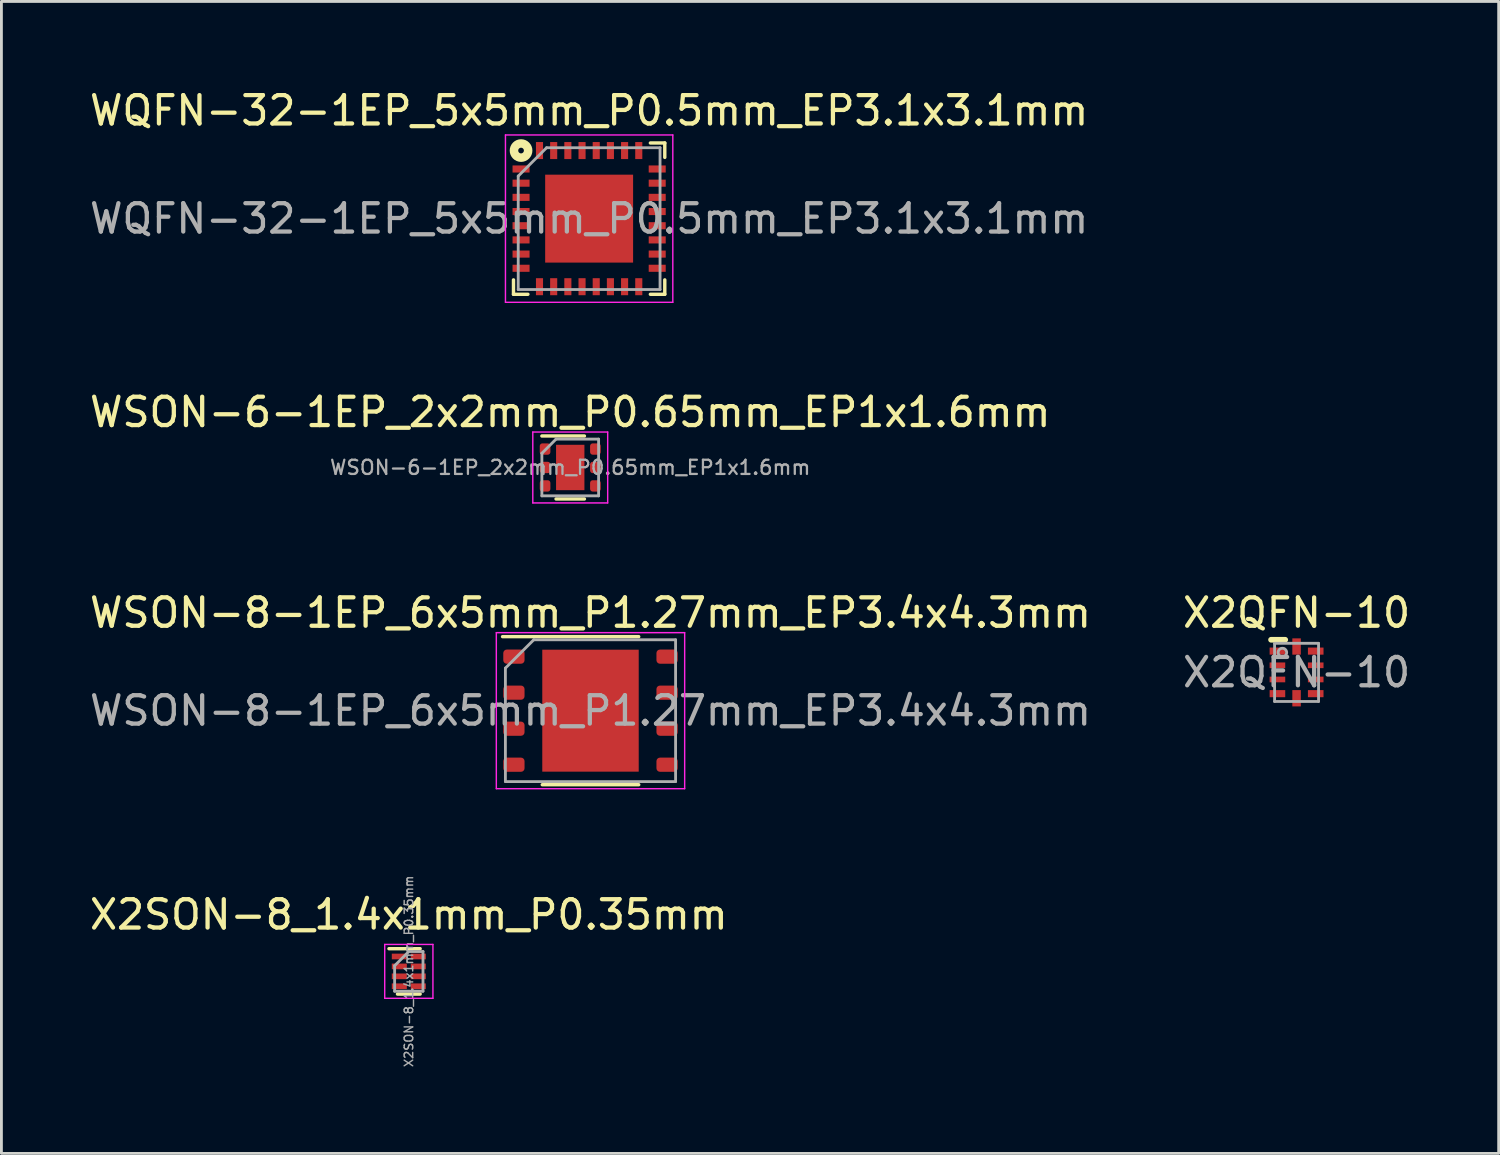
<source format=kicad_pcb>
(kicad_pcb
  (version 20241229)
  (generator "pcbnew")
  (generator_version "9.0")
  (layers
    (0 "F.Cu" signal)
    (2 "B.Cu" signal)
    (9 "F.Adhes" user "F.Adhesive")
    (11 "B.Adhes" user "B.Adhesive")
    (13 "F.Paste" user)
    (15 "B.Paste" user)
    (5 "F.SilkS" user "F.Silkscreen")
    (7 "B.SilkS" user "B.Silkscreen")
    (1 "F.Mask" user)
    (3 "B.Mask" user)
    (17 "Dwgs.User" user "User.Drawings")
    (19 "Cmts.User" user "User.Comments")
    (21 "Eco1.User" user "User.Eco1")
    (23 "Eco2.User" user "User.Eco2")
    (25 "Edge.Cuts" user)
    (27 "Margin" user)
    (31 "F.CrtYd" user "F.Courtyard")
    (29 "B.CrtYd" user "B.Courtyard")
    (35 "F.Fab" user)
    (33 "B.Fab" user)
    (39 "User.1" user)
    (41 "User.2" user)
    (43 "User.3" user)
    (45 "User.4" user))
  (footprint "WQFN-32-1EP_5x5mm_P0.5mm_EP3.1x3.1mm"
    (layer "F.Cu")
    (at 17.72 4.658)
    (property "Reference" "WQFN-32-1EP_5x5mm_P0.5mm_EP3.1x3.1mm" (at 0 -3.81 0) (layer "F.SilkS") (effects (font (size 1 1) (thickness 0.15))))
    (attr smd)
    (fp_line (start -2.667 2.667) (end -2.667 2.159) (stroke (width 0.12) (type solid)) (layer "F.SilkS"))
    (fp_line (start -2.159 2.667) (end -2.667 2.667) (stroke (width 0.12) (type solid)) (layer "F.SilkS"))
    (fp_line (start 2.159 -2.667) (end 2.667 -2.667) (stroke (width 0.12) (type solid)) (layer "F.SilkS"))
    (fp_line (start 2.667 -2.667) (end 2.667 -2.159) (stroke (width 0.12) (type solid)) (layer "F.SilkS"))
    (fp_line (start 2.667 2.159) (end 2.667 2.667) (stroke (width 0.12) (type solid)) (layer "F.SilkS"))
    (fp_line (start 2.667 2.667) (end 2.159 2.667) (stroke (width 0.12) (type solid)) (layer "F.SilkS"))
    (fp_circle (center -2.4 -2.4) (end -2.3 -2.4) (stroke (width 0.3) (type default)) (fill no) (layer "F.SilkS"))
    (fp_line (start -2.95 -2.95) (end 2.95 -2.95) (stroke (width 0.05) (type solid)) (layer "F.CrtYd"))
    (fp_line (start -2.95 2.95) (end -2.95 -2.95) (stroke (width 0.05) (type solid)) (layer "F.CrtYd"))
    (fp_line (start 2.95 -2.95) (end 2.95 2.95) (stroke (width 0.05) (type solid)) (layer "F.CrtYd"))
    (fp_line (start 2.95 2.95) (end -2.95 2.95) (stroke (width 0.05) (type solid)) (layer "F.CrtYd"))
    (fp_line (start -2.5 -1.5) (end -2.5 2.5) (stroke (width 0.1) (type solid)) (layer "F.Fab"))
    (fp_line (start -1.5 -2.5) (end -2.5 -1.5) (stroke (width 0.1) (type solid)) (layer "F.Fab"))
    (fp_line (start 2.5 -2.5) (end -1.5 -2.5) (stroke (width 0.1) (type solid)) (layer "F.Fab"))
    (fp_line (start 2.5 -2.5) (end 2.5 2.5) (stroke (width 0.1) (type solid)) (layer "F.Fab"))
    (fp_line (start 2.5 2.5) (end -2.5 2.5) (stroke (width 0.1) (type solid)) (layer "F.Fab"))
    (fp_text user "${REFERENCE}" (at 0 0 0) (layer "F.Fab") (effects (font (size 1 1) (thickness 0.15))))
    (pad "" smd rect (at -0.775 -0.775) (size 1.23 1.23) (layers "F.Paste"))
    (pad "" smd rect (at -0.775 0.775) (size 1.23 1.23) (layers "F.Paste"))
    (pad "" smd rect (at 0.775 -0.775) (size 1.23 1.23) (layers "F.Paste"))
    (pad "" smd rect (at 0.775 0.775) (size 1.23 1.23) (layers "F.Paste"))
    (pad "1" smd rect (at -2.4 -1.75 90) (size 0.25 0.6) (layers "F.Cu" "F.Mask" "F.Paste"))
    (pad "2" smd rect (at -2.4 -1.25 90) (size 0.25 0.6) (layers "F.Cu" "F.Mask" "F.Paste"))
    (pad "3" smd rect (at -2.4 -0.75 90) (size 0.25 0.6) (layers "F.Cu" "F.Mask" "F.Paste"))
    (pad "4" smd rect (at -2.4 -0.25 90) (size 0.25 0.6) (layers "F.Cu" "F.Mask" "F.Paste"))
    (pad "5" smd rect (at -2.4 0.25 90) (size 0.25 0.6) (layers "F.Cu" "F.Mask" "F.Paste"))
    (pad "6" smd rect (at -2.4 0.75 90) (size 0.25 0.6) (layers "F.Cu" "F.Mask" "F.Paste"))
    (pad "7" smd rect (at -2.4 1.25 90) (size 0.25 0.6) (layers "F.Cu" "F.Mask" "F.Paste"))
    (pad "8" smd rect (at -2.4 1.75 90) (size 0.25 0.6) (layers "F.Cu" "F.Mask" "F.Paste"))
    (pad "9" smd rect (at -1.75 2.4) (size 0.25 0.6) (layers "F.Cu" "F.Mask" "F.Paste"))
    (pad "10" smd rect (at -1.25 2.4) (size 0.25 0.6) (layers "F.Cu" "F.Mask" "F.Paste"))
    (pad "11" smd rect (at -0.75 2.4) (size 0.25 0.6) (layers "F.Cu" "F.Mask" "F.Paste"))
    (pad "12" smd rect (at -0.25 2.4) (size 0.25 0.6) (layers "F.Cu" "F.Mask" "F.Paste"))
    (pad "13" smd rect (at 0.25 2.4) (size 0.25 0.6) (layers "F.Cu" "F.Mask" "F.Paste"))
    (pad "14" smd rect (at 0.75 2.4) (size 0.25 0.6) (layers "F.Cu" "F.Mask" "F.Paste"))
    (pad "15" smd rect (at 1.25 2.4) (size 0.25 0.6) (layers "F.Cu" "F.Mask" "F.Paste"))
    (pad "16" smd rect (at 1.75 2.4) (size 0.25 0.6) (layers "F.Cu" "F.Mask" "F.Paste"))
    (pad "17" smd rect (at 2.4 1.75 90) (size 0.25 0.6) (layers "F.Cu" "F.Mask" "F.Paste"))
    (pad "18" smd rect (at 2.4 1.25 90) (size 0.25 0.6) (layers "F.Cu" "F.Mask" "F.Paste"))
    (pad "19" smd rect (at 2.4 0.75 90) (size 0.25 0.6) (layers "F.Cu" "F.Mask" "F.Paste"))
    (pad "20" smd rect (at 2.4 0.25 90) (size 0.25 0.6) (layers "F.Cu" "F.Mask" "F.Paste"))
    (pad "21" smd rect (at 2.4 -0.25 90) (size 0.25 0.6) (layers "F.Cu" "F.Mask" "F.Paste"))
    (pad "22" smd rect (at 2.4 -0.75 90) (size 0.25 0.6) (layers "F.Cu" "F.Mask" "F.Paste"))
    (pad "23" smd rect (at 2.4 -1.25 90) (size 0.25 0.6) (layers "F.Cu" "F.Mask" "F.Paste"))
    (pad "24" smd rect (at 2.4 -1.75 90) (size 0.25 0.6) (layers "F.Cu" "F.Mask" "F.Paste"))
    (pad "25" smd rect (at 1.75 -2.4) (size 0.25 0.6) (layers "F.Cu" "F.Mask" "F.Paste"))
    (pad "26" smd rect (at 1.25 -2.4) (size 0.25 0.6) (layers "F.Cu" "F.Mask" "F.Paste"))
    (pad "27" smd rect (at 0.75 -2.4) (size 0.25 0.6) (layers "F.Cu" "F.Mask" "F.Paste"))
    (pad "28" smd rect (at 0.25 -2.4) (size 0.25 0.6) (layers "F.Cu" "F.Mask" "F.Paste"))
    (pad "29" smd rect (at -0.25 -2.4) (size 0.25 0.6) (layers "F.Cu" "F.Mask" "F.Paste"))
    (pad "30" smd rect (at -0.75 -2.4) (size 0.25 0.6) (layers "F.Cu" "F.Mask" "F.Paste"))
    (pad "31" smd rect (at -1.25 -2.4) (size 0.25 0.6) (layers "F.Cu" "F.Mask" "F.Paste"))
    (pad "32" smd rect (at -1.75 -2.4) (size 0.25 0.6) (layers "F.Cu" "F.Mask" "F.Paste"))
    (pad "33" smd rect (at 0 0) (size 3.1 3.1) (layers "F.Cu" "F.Mask")))
  (footprint "X2SON-8_1.4x1mm_P0.35mm"
    (layer "F.Cu")
    (at 11.363 31.196)
    (property "Reference" "X2SON-8_1.4x1mm_P0.35mm" (at 0 -2 0) (layer "F.SilkS") (effects (font (size 1 1) (thickness 0.15))))
    (attr smd)
    (fp_line (start 0.4 -0.8) (end -0.7 -0.8) (stroke (width 0.12) (type solid)) (layer "F.SilkS"))
    (fp_line (start 0.4 0.8) (end -0.4 0.8) (stroke (width 0.12) (type solid)) (layer "F.SilkS"))
    (fp_line (start -0.85 -0.95) (end 0.85 -0.95) (stroke (width 0.05) (type solid)) (layer "F.CrtYd"))
    (fp_line (start -0.85 0.95) (end -0.85 -0.95) (stroke (width 0.05) (type solid)) (layer "F.CrtYd"))
    (fp_line (start 0.85 -0.95) (end 0.85 0.95) (stroke (width 0.05) (type solid)) (layer "F.CrtYd"))
    (fp_line (start 0.85 0.95) (end -0.85 0.95) (stroke (width 0.05) (type solid)) (layer "F.CrtYd"))
    (fp_line (start -0.5 0.7) (end -0.5 -0.2) (stroke (width 0.1) (type solid)) (layer "F.Fab"))
    (fp_line (start 0 -0.7) (end -0.5 -0.2) (stroke (width 0.1) (type solid)) (layer "F.Fab"))
    (fp_line (start 0 -0.7) (end 0.5 -0.7) (stroke (width 0.1) (type solid)) (layer "F.Fab"))
    (fp_line (start 0.5 -0.7) (end 0.5 0.7) (stroke (width 0.1) (type solid)) (layer "F.Fab"))
    (fp_line (start 0.5 0.7) (end -0.5 0.7) (stroke (width 0.1) (type solid)) (layer "F.Fab"))
    (fp_text user "${REFERENCE}" (at 0 0 90) (layer "F.Fab") (effects (font (size 0.3 0.3) (thickness 0.05))))
    (pad "1" smd rect (at -0.335 -0.525 270) (size 0.2 0.53) (layers "F.Cu" "F.Mask" "F.Paste"))
    (pad "2" smd rect (at -0.335 -0.175 270) (size 0.2 0.53) (layers "F.Cu" "F.Mask" "F.Paste"))
    (pad "3" smd rect (at -0.335 0.175 270) (size 0.2 0.53) (layers "F.Cu" "F.Mask" "F.Paste"))
    (pad "4" smd rect (at -0.335 0.525 270) (size 0.2 0.53) (layers "F.Cu" "F.Mask" "F.Paste"))
    (pad "5" smd rect (at 0.335 0.525 270) (size 0.2 0.53) (layers "F.Cu" "F.Mask" "F.Paste"))
    (pad "6" smd rect (at 0.335 0.175 270) (size 0.2 0.53) (layers "F.Cu" "F.Mask" "F.Paste"))
    (pad "7" smd rect (at 0.335 -0.175 270) (size 0.2 0.53) (layers "F.Cu" "F.Mask" "F.Paste"))
    (pad "8" smd rect (at 0.335 -0.525 270) (size 0.2 0.53) (layers "F.Cu" "F.Mask" "F.Paste")))
  (footprint "X2QFN-10"
    (layer "F.Cu")
    (at 42.661 20.655)
    (property "Reference" "X2QFN-10" (at 0 -2.1 0) (unlocked yes) (layer "F.SilkS") (effects (font (size 1 1) (thickness 0.15))))
    (attr smd)
    (fp_line (start -0.9 -1.15) (end -0.4 -1.15) (stroke (width 0.2) (type solid)) (layer "F.SilkS"))
    (fp_line (start -0.775 -1.025) (end 0.775 -1.025) (stroke (width 0.1) (type solid)) (layer "F.Fab"))
    (fp_line (start -0.775 1.025) (end -0.775 -1.025) (stroke (width 0.1) (type solid)) (layer "F.Fab"))
    (fp_line (start -0.775 1.025) (end 0.775 1.025) (stroke (width 0.1) (type solid)) (layer "F.Fab"))
    (fp_line (start 0.775 1.025) (end 0.775 -1.025) (stroke (width 0.1) (type solid)) (layer "F.Fab"))
    (fp_circle (center -0.5 -0.7) (end -0.35 -0.7) (stroke (width 0.1) (type solid)) (fill no) (layer "F.Fab"))
    (fp_text user "${REFERENCE}" (at 0 0 0) (unlocked yes) (layer "F.Fab") (effects (font (size 1 1) (thickness 0.15))))
    (pad "1" smd rect (at -0.675 -0.75 90) (size 0.25 0.55) (layers "F.Cu" "F.Mask" "F.Paste"))
    (pad "2" smd rect (at -0.675 -0.25 90) (size 0.2 0.55) (layers "F.Cu" "F.Mask" "F.Paste"))
    (pad "3" smd rect (at -0.675 0.25 90) (size 0.2 0.55) (layers "F.Cu" "F.Mask" "F.Paste"))
    (pad "4" smd rect (at -0.675 0.75 90) (size 0.25 0.55) (layers "F.Cu" "F.Mask" "F.Paste"))
    (pad "5" smd rect (at 0 0.912 90) (size 0.575 0.3) (layers "F.Cu" "F.Mask" "F.Paste"))
    (pad "6" smd rect (at 0.675 0.75 90) (size 0.25 0.55) (layers "F.Cu" "F.Mask" "F.Paste"))
    (pad "7" smd rect (at 0.675 0.25 90) (size 0.2 0.55) (layers "F.Cu" "F.Mask" "F.Paste"))
    (pad "8" smd rect (at 0.675 -0.25 90) (size 0.2 0.55) (layers "F.Cu" "F.Mask" "F.Paste"))
    (pad "9" smd rect (at 0.675 -0.75 90) (size 0.25 0.55) (layers "F.Cu" "F.Mask" "F.Paste"))
    (pad "10" smd rect (at 0 -0.912 90) (size 0.575 0.3) (layers "F.Cu" "F.Mask" "F.Paste")))
  (footprint "WSON-6-1EP_2x2mm_P0.65mm_EP1x1.6mm"
    (layer "F.Cu")
    (at 17.054 13.431)
    (property "Reference" "WSON-6-1EP_2x2mm_P0.65mm_EP1x1.6mm" (at 0 -1.95 0) (layer "F.SilkS") (effects (font (size 1 1) (thickness 0.15))))
    (attr smd)
    (fp_line (start -1 -1.11) (end 0.5 -1.11) (stroke (width 0.12) (type solid)) (layer "F.SilkS"))
    (fp_line (start -0.5 1.11) (end 0.5 1.11) (stroke (width 0.12) (type solid)) (layer "F.SilkS"))
    (fp_line (start -1.32 -1.25) (end -1.32 1.25) (stroke (width 0.05) (type solid)) (layer "F.CrtYd"))
    (fp_line (start -1.32 1.25) (end 1.32 1.25) (stroke (width 0.05) (type solid)) (layer "F.CrtYd"))
    (fp_line (start 1.32 -1.25) (end -1.32 -1.25) (stroke (width 0.05) (type solid)) (layer "F.CrtYd"))
    (fp_line (start 1.32 1.25) (end 1.32 -1.25) (stroke (width 0.05) (type solid)) (layer "F.CrtYd"))
    (fp_line (start -1 -0.5) (end -0.5 -1) (stroke (width 0.1) (type solid)) (layer "F.Fab"))
    (fp_line (start -1 1) (end -1 -0.5) (stroke (width 0.1) (type solid)) (layer "F.Fab"))
    (fp_line (start -0.5 -1) (end 1 -1) (stroke (width 0.1) (type solid)) (layer "F.Fab"))
    (fp_line (start 1 -1) (end 1 1) (stroke (width 0.1) (type solid)) (layer "F.Fab"))
    (fp_line (start 1 1) (end -1 1) (stroke (width 0.1) (type solid)) (layer "F.Fab"))
    (fp_text user "${REFERENCE}" (at 0 0 0) (layer "F.Fab") (effects (font (size 0.5 0.5) (thickness 0.08))))
    (pad "" smd roundrect (at 0 -0.4) (size 0.81 0.64) (layers "F.Paste") (roundrect_rratio 0.25))
    (pad "" smd roundrect (at 0 0.4) (size 0.81 0.64) (layers "F.Paste") (roundrect_rratio 0.25))
    (pad "1" smd roundrect (at -0.887 -0.65) (size 0.375 0.4) (layers "F.Cu" "F.Mask" "F.Paste") (roundrect_rratio 0.25))
    (pad "2" smd roundrect (at -0.887 0) (size 0.375 0.4) (layers "F.Cu" "F.Mask" "F.Paste") (roundrect_rratio 0.25))
    (pad "3" smd roundrect (at -0.887 0.65) (size 0.375 0.4) (layers "F.Cu" "F.Mask" "F.Paste") (roundrect_rratio 0.25))
    (pad "4" smd roundrect (at 0.887 0.65) (size 0.375 0.4) (layers "F.Cu" "F.Mask" "F.Paste") (roundrect_rratio 0.25))
    (pad "5" smd roundrect (at 0.887 0) (size 0.375 0.4) (layers "F.Cu" "F.Mask" "F.Paste") (roundrect_rratio 0.25))
    (pad "6" smd roundrect (at 0.887 -0.65) (size 0.375 0.4) (layers "F.Cu" "F.Mask" "F.Paste") (roundrect_rratio 0.25))
    (pad "7" smd rect (at 0 0) (size 1 1.6) (layers "F.Cu" "F.Mask")))
  (footprint "WSON-8-1EP_6x5mm_P1.27mm_EP3.4x4.3mm"
    (layer "F.Cu")
    (at 17.768 22.005)
    (property "Reference" "WSON-8-1EP_6x5mm_P1.27mm_EP3.4x4.3mm" (at 0 -3.45 0) (layer "F.SilkS") (effects (font (size 1 1) (thickness 0.15))))
    (attr smd)
    (fp_line (start -3.1 -2.61) (end 1.7 -2.61) (stroke (width 0.12) (type solid)) (layer "F.SilkS"))
    (fp_line (start -1.7 2.61) (end 1.7 2.61) (stroke (width 0.12) (type solid)) (layer "F.SilkS"))
    (fp_line (start -3.32 -2.75) (end -3.32 2.75) (stroke (width 0.05) (type solid)) (layer "F.CrtYd"))
    (fp_line (start -3.32 2.75) (end 3.32 2.75) (stroke (width 0.05) (type solid)) (layer "F.CrtYd"))
    (fp_line (start 3.32 -2.75) (end -3.32 -2.75) (stroke (width 0.05) (type solid)) (layer "F.CrtYd"))
    (fp_line (start 3.32 2.75) (end 3.32 -2.75) (stroke (width 0.05) (type solid)) (layer "F.CrtYd"))
    (fp_line (start -3 -1.5) (end -2 -2.5) (stroke (width 0.1) (type solid)) (layer "F.Fab"))
    (fp_line (start -3 2.5) (end -3 -1.5) (stroke (width 0.1) (type solid)) (layer "F.Fab"))
    (fp_line (start -2 -2.5) (end 3 -2.5) (stroke (width 0.1) (type solid)) (layer "F.Fab"))
    (fp_line (start 3 -2.5) (end 3 2.5) (stroke (width 0.1) (type solid)) (layer "F.Fab"))
    (fp_line (start 3 2.5) (end -3 2.5) (stroke (width 0.1) (type solid)) (layer "F.Fab"))
    (fp_text user "${REFERENCE}" (at 0 0 0) (layer "F.Fab") (effects (font (size 1 1) (thickness 0.15))))
    (pad "" smd roundrect (at -0.85 -1.075) (size 1.37 1.73) (layers "F.Paste") (roundrect_rratio 0.182))
    (pad "" smd roundrect (at -0.85 1.075) (size 1.37 1.73) (layers "F.Paste") (roundrect_rratio 0.182))
    (pad "" smd roundrect (at 0.85 -1.075) (size 1.37 1.73) (layers "F.Paste") (roundrect_rratio 0.182))
    (pad "" smd roundrect (at 0.85 1.075) (size 1.37 1.73) (layers "F.Paste") (roundrect_rratio 0.182))
    (pad "1" smd roundrect (at -2.7 -1.905) (size 0.75 0.5) (layers "F.Cu" "F.Mask" "F.Paste") (roundrect_rratio 0.25))
    (pad "2" smd roundrect (at -2.7 -0.635) (size 0.75 0.5) (layers "F.Cu" "F.Mask" "F.Paste") (roundrect_rratio 0.25))
    (pad "3" smd roundrect (at -2.7 0.635) (size 0.75 0.5) (layers "F.Cu" "F.Mask" "F.Paste") (roundrect_rratio 0.25))
    (pad "4" smd roundrect (at -2.7 1.905) (size 0.75 0.5) (layers "F.Cu" "F.Mask" "F.Paste") (roundrect_rratio 0.25))
    (pad "5" smd roundrect (at 2.7 1.905) (size 0.75 0.5) (layers "F.Cu" "F.Mask" "F.Paste") (roundrect_rratio 0.25))
    (pad "6" smd roundrect (at 2.7 0.635) (size 0.75 0.5) (layers "F.Cu" "F.Mask" "F.Paste") (roundrect_rratio 0.25))
    (pad "7" smd roundrect (at 2.7 -0.635) (size 0.75 0.5) (layers "F.Cu" "F.Mask" "F.Paste") (roundrect_rratio 0.25))
    (pad "8" smd roundrect (at 2.7 -1.905) (size 0.75 0.5) (layers "F.Cu" "F.Mask" "F.Paste") (roundrect_rratio 0.25))
    (pad "9" smd rect (at 0 0) (size 3.4 4.3) (layers "F.Cu" "F.Mask")))
  (gr_rect
    (start -3 -3)
    (end 49.786 37.613)
    (stroke (width 0.1) (type default))
    (fill no)
    (layer "Edge.Cuts")))
</source>
